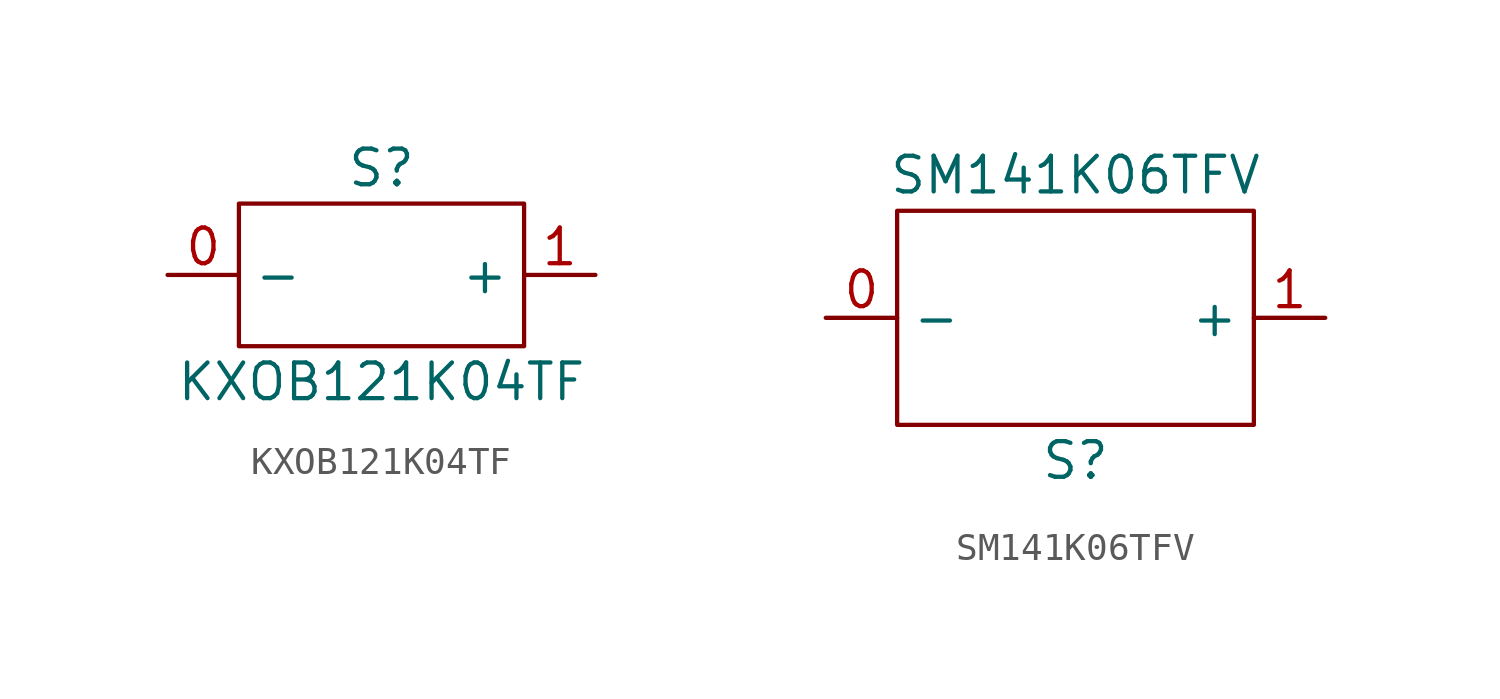
<source format=kicad_sym>
(kicad_symbol_lib
  (version 20220914)
  (generator kicad_symbol_editor)
  (symbol "KXOB121K04TF"
    (property "Reference" "S"
      (at 0 3.81 0)
      (effects (font (size 1.27 1.27))))
    (property "Value" "KXOB121K04TF"
      (at 0 -3.81 0)
      (effects (font (size 1.27 1.27))))
    (symbol "KXOB121K04TF_0_1"
      (rectangle (start -5.08 2.54) (end 5.08 -2.54) (stroke (width 0.152) (type default)) (fill (type none))))
    (symbol "KXOB121K04TF_1_1"
      (pin input line (at -7.62 0 0) (length 2.54) (name "-" (effects (font (size 1.27 1.27)))) (number "0" (effects (font (size 1.27 1.27)))))
      (pin input line (at 7.62 0 180) (length 2.54) (name "+" (effects (font (size 1.27 1.27)))) (number "1" (effects (font (size 1.27 1.27)))))))
  (symbol "SM141K06TFV"
    (property "Reference" "S"
      (at 0 -5.08 0)
      (effects (font (size 1.27 1.27))))
    (property "Value" "SM141K06TFV"
      (at 0 5.08 0)
      (effects (font (size 1.27 1.27))))
    (symbol "SM141K06TFV_0_1"
      (rectangle (start -6.35 3.81) (end 6.35 -3.81) (stroke (width 0.152) (type default)) (fill (type none))))
    (symbol "SM141K06TFV_1_1"
      (pin input line (at -8.89 0 0) (length 2.54) (name "-" (effects (font (size 1.27 1.27)))) (number "0" (effects (font (size 1.27 1.27)))))
      (pin input line (at 8.89 0 180) (length 2.54) (name "+" (effects (font (size 1.27 1.27)))) (number "1" (effects (font (size 1.27 1.27))))))))
</source>
